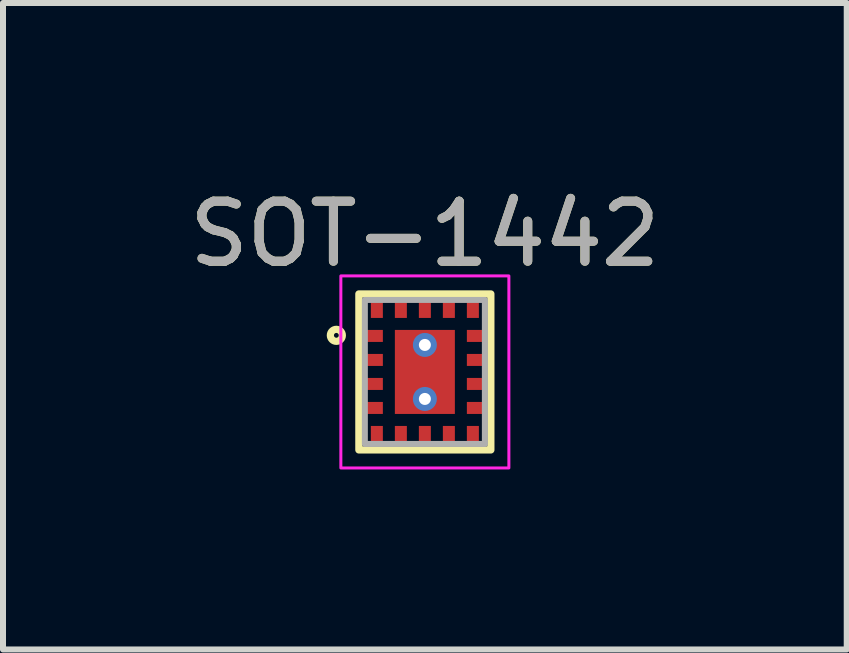
<source format=kicad_pcb>
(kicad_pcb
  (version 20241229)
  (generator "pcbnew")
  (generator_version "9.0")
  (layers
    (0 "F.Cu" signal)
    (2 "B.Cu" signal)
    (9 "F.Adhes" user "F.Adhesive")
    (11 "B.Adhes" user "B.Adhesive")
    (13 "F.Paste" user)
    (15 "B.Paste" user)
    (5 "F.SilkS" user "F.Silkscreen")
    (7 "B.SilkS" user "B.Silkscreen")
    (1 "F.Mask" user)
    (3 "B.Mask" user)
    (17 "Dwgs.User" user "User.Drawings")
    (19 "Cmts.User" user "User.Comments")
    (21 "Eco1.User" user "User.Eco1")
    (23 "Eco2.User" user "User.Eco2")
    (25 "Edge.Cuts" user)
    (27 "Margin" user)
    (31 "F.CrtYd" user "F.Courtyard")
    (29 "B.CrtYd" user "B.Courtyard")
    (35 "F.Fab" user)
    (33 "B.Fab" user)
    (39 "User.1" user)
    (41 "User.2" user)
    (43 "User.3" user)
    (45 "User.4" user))
  (footprint "SOT-1442"
    (layer "F.Cu")
    (at 4.03 3.148)
    (property "Reference" "SOT-1442" (at 0 -2.3 0) (unlocked yes) (layer "F.SilkS") (effects (font (size 1 1) (thickness 0.15))))
    (attr smd)
    (fp_rect (start -1.1 -1.3) (end 1.1 1.3) (stroke (width 0.12) (type solid)) (fill no) (layer "F.SilkS"))
    (fp_circle (center -1.475 -0.61) (end -1.375 -0.61) (stroke (width 0.12) (type solid)) (fill no) (layer "F.SilkS"))
    (fp_rect (start -1.4 -1.6) (end 1.4 1.6) (stroke (width 0.05) (type solid)) (fill no) (layer "F.CrtYd"))
    (fp_rect (start -1 -1.2) (end 1 1.2) (stroke (width 0.1) (type solid)) (fill no) (layer "F.Fab"))
    (fp_text user "${REFERENCE}" (at 0 -2.3 0) (unlocked yes) (layer "F.Fab") (effects (font (size 1 1) (thickness 0.15))))
    (pad "1" smd rect (at -0.85 -0.6 180) (size 0.3 0.2) (layers "F.Cu" "F.Mask" "F.Paste"))
    (pad "2" smd rect (at -0.85 -0.2 180) (size 0.3 0.2) (layers "F.Cu" "F.Mask" "F.Paste"))
    (pad "3" smd rect (at -0.85 0.2 180) (size 0.3 0.2) (layers "F.Cu" "F.Mask" "F.Paste"))
    (pad "4" smd rect (at -0.85 0.6 180) (size 0.3 0.2) (layers "F.Cu" "F.Mask" "F.Paste"))
    (pad "5" smd rect (at -0.8 1.05 90) (size 0.3 0.2) (layers "F.Cu" "F.Mask" "F.Paste"))
    (pad "6" smd rect (at -0.4 1.05 90) (size 0.3 0.2) (layers "F.Cu" "F.Mask" "F.Paste"))
    (pad "7" smd rect (at 0 1.05 90) (size 0.3 0.2) (layers "F.Cu" "F.Mask" "F.Paste"))
    (pad "8" smd rect (at 0.4 1.05 90) (size 0.3 0.2) (layers "F.Cu" "F.Mask" "F.Paste"))
    (pad "9" smd rect (at 0.8 1.05 90) (size 0.3 0.2) (layers "F.Cu" "F.Mask" "F.Paste"))
    (pad "10" smd rect (at 0.85 0.6 180) (size 0.3 0.2) (layers "F.Cu" "F.Mask" "F.Paste"))
    (pad "11" smd rect (at 0.85 0.2 180) (size 0.3 0.2) (layers "F.Cu" "F.Mask" "F.Paste"))
    (pad "12" smd rect (at 0.85 -0.2 180) (size 0.3 0.2) (layers "F.Cu" "F.Mask" "F.Paste"))
    (pad "13" smd rect (at 0.85 -0.6 180) (size 0.3 0.2) (layers "F.Cu" "F.Mask" "F.Paste"))
    (pad "14" smd rect (at 0.8 -1.05 90) (size 0.3 0.2) (layers "F.Cu" "F.Mask" "F.Paste"))
    (pad "15" smd rect (at 0.4 -1.05 90) (size 0.3 0.2) (layers "F.Cu" "F.Mask" "F.Paste"))
    (pad "16" smd rect (at 0 -1.05 90) (size 0.3 0.2) (layers "F.Cu" "F.Mask" "F.Paste"))
    (pad "17" smd rect (at -0.4 -1.05 90) (size 0.3 0.2) (layers "F.Cu" "F.Mask" "F.Paste"))
    (pad "18" smd rect (at -0.8 -1.05 90) (size 0.3 0.2) (layers "F.Cu" "F.Mask" "F.Paste"))
    (pad "19" thru_hole circle (at 0 -0.45) (size 0.4 0.4) (drill 0.2) (layers "*.Cu" "*.Mask"))
    (pad "19" smd rect (at 0 0) (size 1 1.4) (layers "F.Cu" "F.Mask" "F.Paste"))
    (pad "19" thru_hole circle (at 0 0.45) (size 0.4 0.4) (drill 0.2) (layers "*.Cu" "*.Mask")))
  (gr_rect
    (start -3 -3)
    (end 11.06 7.773)
    (stroke (width 0.1) (type default))
    (fill no)
    (layer "Edge.Cuts")))
</source>
